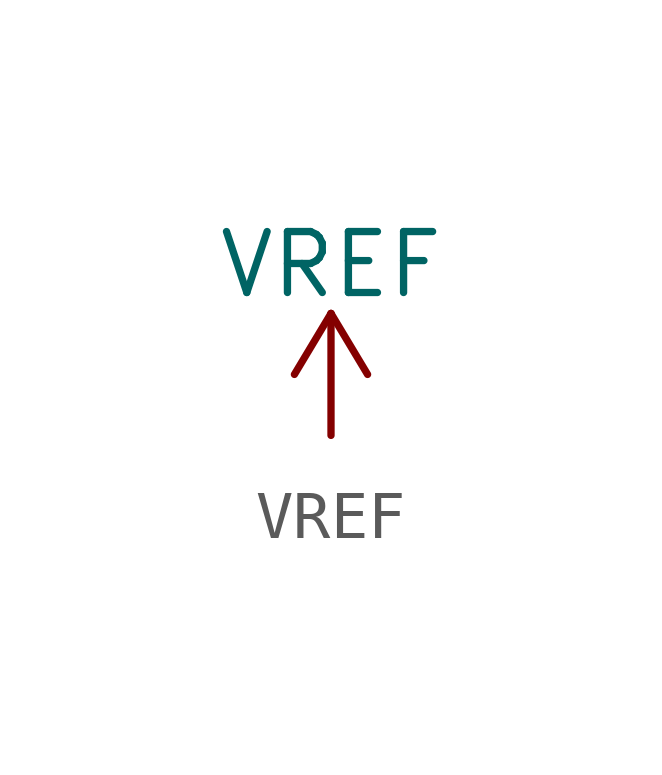
<source format=kicad_sym>
(kicad_symbol_lib
  (version 20220914)
  (generator kicad_symbol_editor)
  (symbol "VREF"
    (power)
    (pin_names
      (offset 0))
    (property "Reference" "#VREF"
      (at 0 -3.81 0)
      (effects (font (size 1.27 1.27)) hide))
    (property "Value" "VREF"
      (at 0 3.556 0)
      (effects (font (size 1.27 1.27))))
    (symbol "VREF_0_1"
      (polyline (pts (xy -0.762 1.27) (xy 0 2.54)) (stroke (width 0) (type solid)) (fill (type none)))
      (polyline (pts (xy 0 0) (xy 0 2.54)) (stroke (width 0) (type solid)) (fill (type none)))
      (polyline (pts (xy 0 2.54) (xy 0.762 1.27)) (stroke (width 0) (type solid)) (fill (type none))))
    (symbol "VREF_1_1"
      (pin power_in line (at 0 0 90) (length 0) hide (name "Vref" (effects (font (size 1.27 1.27)))) (number "1" (effects (font (size 1.27 1.27))))))))
</source>
